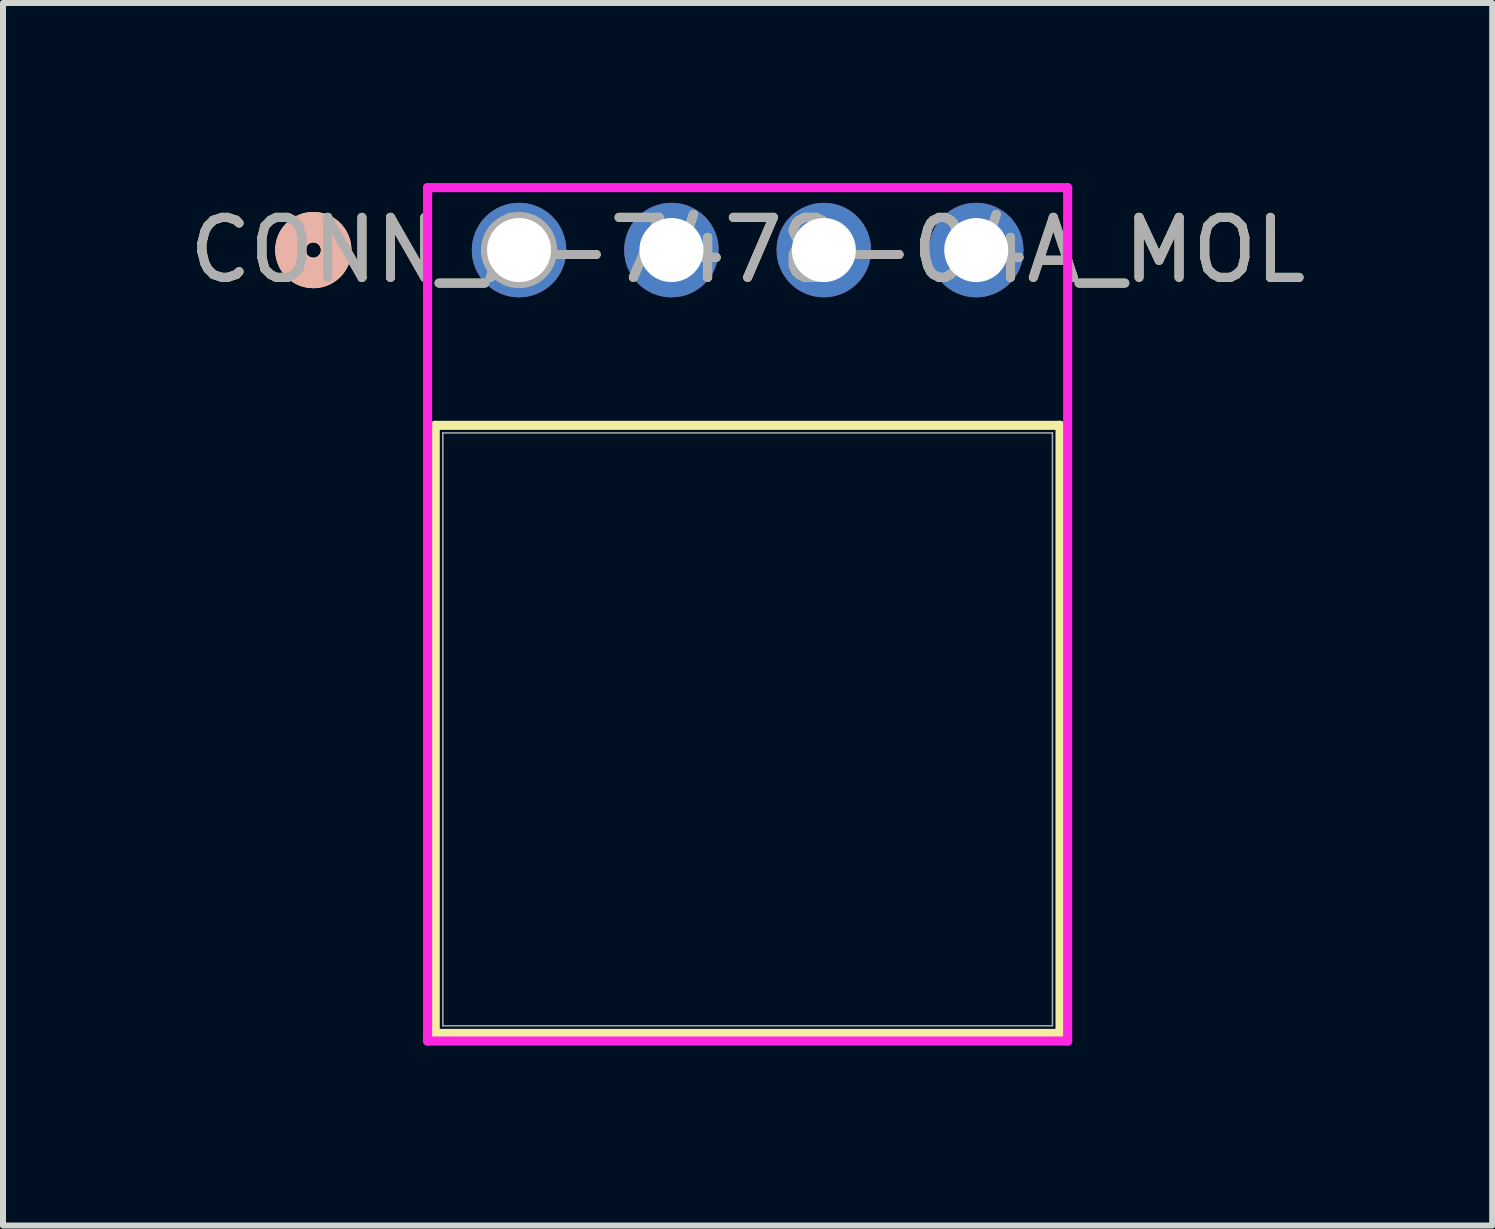
<source format=kicad_pcb>
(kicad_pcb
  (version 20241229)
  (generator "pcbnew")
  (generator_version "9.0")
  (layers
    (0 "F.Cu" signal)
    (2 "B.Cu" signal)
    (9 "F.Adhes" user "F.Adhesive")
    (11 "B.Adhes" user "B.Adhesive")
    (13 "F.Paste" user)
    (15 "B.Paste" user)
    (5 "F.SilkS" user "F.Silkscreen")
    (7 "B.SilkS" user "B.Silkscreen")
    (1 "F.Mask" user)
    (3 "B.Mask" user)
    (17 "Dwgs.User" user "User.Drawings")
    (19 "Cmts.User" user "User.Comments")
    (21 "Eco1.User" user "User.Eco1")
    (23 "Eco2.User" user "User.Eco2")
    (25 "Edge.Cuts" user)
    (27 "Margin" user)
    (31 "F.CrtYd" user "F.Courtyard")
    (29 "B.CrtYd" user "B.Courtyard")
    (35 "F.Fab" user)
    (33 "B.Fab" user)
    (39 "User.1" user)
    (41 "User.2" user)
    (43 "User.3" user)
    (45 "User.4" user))
  (footprint "CONN_A-7478-04A_MOL"
    (layer "F.Cu")
    (at 5.601 1.118)
    (property "Reference" "CONN_A-7478-04A_MOL" (at 3.81 0 0) (unlocked yes) (layer "F.SilkS") (effects (font (size 1 1) (thickness 0.15))))
    (attr through_hole)
    (fp_line (start -1.397 2.921) (end -1.397 13.056) (stroke (width 0.152) (type solid)) (layer "F.SilkS"))
    (fp_line (start -1.397 13.056) (end 9.017 13.056) (stroke (width 0.152) (type solid)) (layer "F.SilkS"))
    (fp_line (start 9.017 2.921) (end -1.397 2.921) (stroke (width 0.152) (type solid)) (layer "F.SilkS"))
    (fp_line (start 9.017 13.056) (end 9.017 2.921) (stroke (width 0.152) (type solid)) (layer "F.SilkS"))
    (fp_circle (center -3.429 0) (end -3.048 0) (stroke (width 0.508) (type solid)) (fill no) (layer "F.SilkS"))
    (fp_circle (center -3.429 0) (end -3.048 0) (stroke (width 0.508) (type solid)) (fill no) (layer "B.SilkS"))
    (fp_line (start -1.524 -1.041) (end -1.524 13.183) (stroke (width 0.152) (type solid)) (layer "F.CrtYd"))
    (fp_line (start -1.524 13.183) (end 9.144 13.183) (stroke (width 0.152) (type solid)) (layer "F.CrtYd"))
    (fp_line (start 9.144 -1.041) (end -1.524 -1.041) (stroke (width 0.152) (type solid)) (layer "F.CrtYd"))
    (fp_line (start 9.144 13.183) (end 9.144 -1.041) (stroke (width 0.152) (type solid)) (layer "F.CrtYd"))
    (fp_line (start -1.27 3.048) (end -1.27 12.929) (stroke (width 0.025) (type solid)) (layer "F.Fab"))
    (fp_line (start -1.27 12.929) (end 8.89 12.929) (stroke (width 0.025) (type solid)) (layer "F.Fab"))
    (fp_line (start 8.89 3.048) (end -1.27 3.048) (stroke (width 0.025) (type solid)) (layer "F.Fab"))
    (fp_line (start 8.89 12.929) (end 8.89 3.048) (stroke (width 0.025) (type solid)) (layer "F.Fab"))
    (fp_circle (center 0 0) (end 0.381 0) (stroke (width 0.508) (type solid)) (fill no) (layer "F.Fab"))
    (fp_text user "${REFERENCE}" (at 3.81 0 0) (unlocked yes) (layer "F.Fab") (effects (font (size 1 1) (thickness 0.15))))
    (pad "1" thru_hole circle (at 0 0) (size 1.575 1.575) (drill 1.067) (layers "*.Cu" "*.Mask"))
    (pad "2" thru_hole circle (at 2.54 0) (size 1.575 1.575) (drill 1.067) (layers "*.Cu" "*.Mask"))
    (pad "3" thru_hole circle (at 5.08 0) (size 1.575 1.575) (drill 1.067) (layers "*.Cu" "*.Mask"))
    (pad "4" thru_hole circle (at 7.62 0) (size 1.575 1.575) (drill 1.067) (layers "*.Cu" "*.Mask")))
  (gr_rect
    (start -3 -3)
    (end 21.821 17.376)
    (stroke (width 0.1) (type default))
    (fill no)
    (layer "Edge.Cuts")))
</source>
